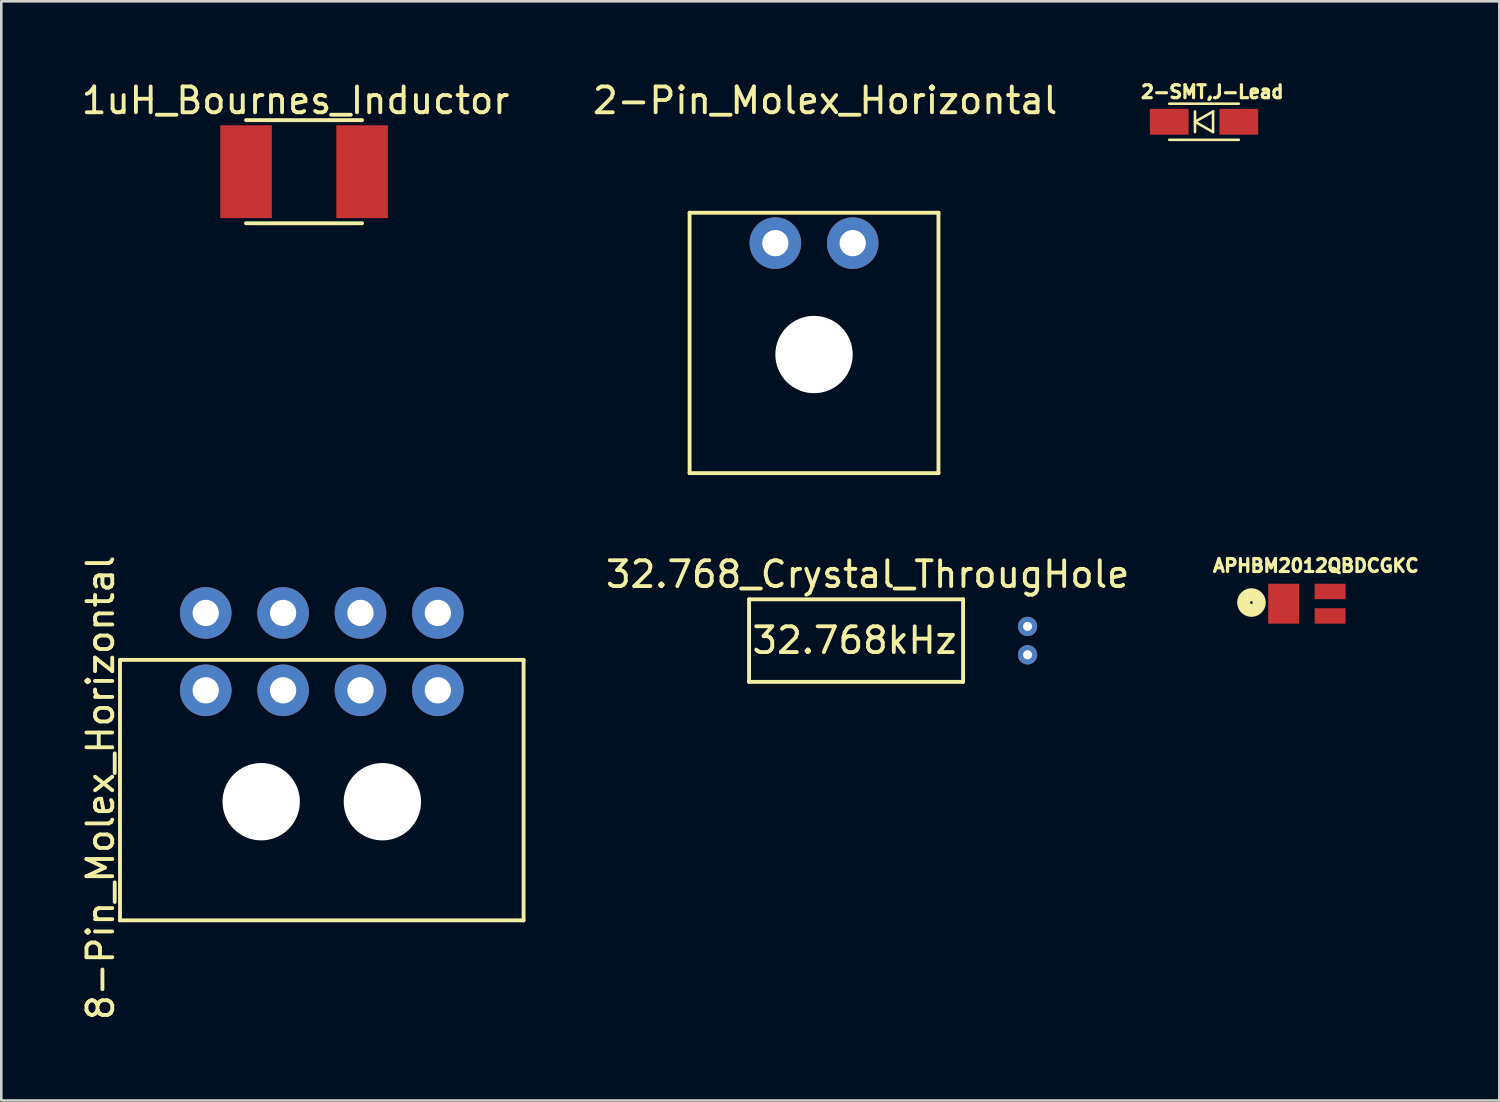
<source format=kicad_pcb>
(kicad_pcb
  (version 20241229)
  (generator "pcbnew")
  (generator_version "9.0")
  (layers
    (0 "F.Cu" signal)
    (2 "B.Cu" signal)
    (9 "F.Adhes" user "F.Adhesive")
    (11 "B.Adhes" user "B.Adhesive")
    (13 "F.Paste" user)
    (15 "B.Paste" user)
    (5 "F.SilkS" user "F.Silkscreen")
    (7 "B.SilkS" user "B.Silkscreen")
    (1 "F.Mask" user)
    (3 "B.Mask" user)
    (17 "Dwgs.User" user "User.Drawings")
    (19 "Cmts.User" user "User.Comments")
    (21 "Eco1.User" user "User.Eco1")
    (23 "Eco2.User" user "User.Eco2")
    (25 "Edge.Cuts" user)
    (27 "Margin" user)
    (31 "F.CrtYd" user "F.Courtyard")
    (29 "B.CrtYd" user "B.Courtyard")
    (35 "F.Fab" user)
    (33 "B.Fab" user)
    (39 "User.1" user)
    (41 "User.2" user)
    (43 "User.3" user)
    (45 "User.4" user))
  (footprint "8-Pin_Molex_Horizontal"
    (layer "F.Cu")
    (at 9.428 28.038)
    (property "Reference" "8-Pin_Molex_Horizontal" (at -8.58 -0.54 90) (layer "F.SilkS") (effects (font (size 1 1) (thickness 0.15))))
    (attr through_hole)
    (fp_line (start -7.825 -5.5) (end -7.825 4.6) (stroke (width 0.15) (type solid)) (layer "F.SilkS"))
    (fp_line (start 7.825 -5.5) (end -7.825 -5.5) (stroke (width 0.15) (type solid)) (layer "F.SilkS"))
    (fp_line (start 7.825 4.6) (end -7.825 4.6) (stroke (width 0.15) (type solid)) (layer "F.SilkS"))
    (fp_line (start 7.825 4.6) (end 7.825 -5.5) (stroke (width 0.15) (type solid)) (layer "F.SilkS"))
    (pad "" np_thru_hole circle (at -2.35 0) (size 3 3) (drill 3) (layers "*.Cu" "*.Mask"))
    (pad "" np_thru_hole circle (at 2.35 0) (size 3 3) (drill 3) (layers "*.Cu" "*.Mask"))
    (pad "1" thru_hole circle (at 4.5 -4.32) (size 2 2) (drill 1.02) (layers "*.Cu" "*.Mask"))
    (pad "2" thru_hole circle (at 1.5 -4.32) (size 2 2) (drill 1.02) (layers "*.Cu" "*.Mask"))
    (pad "3" thru_hole circle (at -1.5 -4.32) (size 2 2) (drill 1.02) (layers "*.Cu" "*.Mask"))
    (pad "4" thru_hole circle (at -4.5 -4.32) (size 2 2) (drill 1.02) (layers "*.Cu" "*.Mask"))
    (pad "5" thru_hole circle (at 4.5 -7.32) (size 2 2) (drill 1.02) (layers "*.Cu" "*.Mask"))
    (pad "6" thru_hole circle (at 1.5 -7.32) (size 2 2) (drill 1.02) (layers "*.Cu" "*.Mask"))
    (pad "7" thru_hole circle (at -1.5 -7.32) (size 2 2) (drill 1.02) (layers "*.Cu" "*.Mask"))
    (pad "8" thru_hole circle (at -4.5 -7.32) (size 2 2) (drill 1.02) (layers "*.Cu" "*.Mask")))
  (footprint "APHBM2012QBDCGKC"
    (layer "F.Cu")
    (at 48.528 20.835)
    (property "Reference" "APHBM2012QBDCGKC" (at -0.55 -1.95 0) (layer "F.SilkS") (effects (font (size 0.5 0.5) (thickness 0.125))))
    (attr through_hole)
    (fp_circle (center -3.05 -0.52) (end -3.08 -0.475) (stroke (width 0.5) (type solid)) (fill no) (layer "F.SilkS"))
    (pad "1" smd rect (at 0 -0.95) (size 1.2 0.6) (layers "F.Cu" "F.Mask" "F.Paste"))
    (pad "2" smd rect (at -1.8 -0.475) (size 1.2 1.55) (layers "F.Cu" "F.Mask" "F.Paste"))
    (pad "4" smd rect (at 0 0) (size 1.2 0.6) (layers "F.Cu" "F.Mask" "F.Paste")))
  (footprint "2-Pin_Molex_Horizontal"
    (layer "F.Cu")
    (at 28.516 10.698)
    (property "Reference" "2-Pin_Molex_Horizontal" (at 0.43 -9.85 0) (layer "F.SilkS") (effects (font (size 1 1) (thickness 0.15))))
    (attr through_hole)
    (fp_line (start -4.825 -5.5) (end -4.825 4.6) (stroke (width 0.15) (type solid)) (layer "F.SilkS"))
    (fp_line (start -4.825 4.6) (end 4.825 4.6) (stroke (width 0.15) (type solid)) (layer "F.SilkS"))
    (fp_line (start 4.825 -5.5) (end -4.825 -5.5) (stroke (width 0.15) (type solid)) (layer "F.SilkS"))
    (fp_line (start 4.825 4.6) (end 4.825 -5.5) (stroke (width 0.15) (type solid)) (layer "F.SilkS"))
    (pad "" np_thru_hole circle (at 0 0) (size 3 3) (drill 3) (layers "*.Cu" "*.Mask"))
    (pad "1" thru_hole circle (at 1.5 -4.32) (size 2 2) (drill 1.02) (layers "*.Cu" "*.Mask"))
    (pad "2" thru_hole circle (at -1.5 -4.32) (size 2 2) (drill 1.02) (layers "*.Cu" "*.Mask")))
  (footprint "2-SMT,J-Lead"
    (layer "F.Cu")
    (at 42.289 1.672)
    (property "Reference" "2-SMT,J-Lead" (at 1.67 -1.16 0) (layer "F.SilkS") (effects (font (size 0.5 0.5) (thickness 0.125))))
    (attr through_hole)
    (fp_line (start 0 -0.7) (end 2.7 -0.7) (stroke (width 0.1) (type solid)) (layer "F.SilkS"))
    (fp_line (start 0 0.7) (end 2.7 0.7) (stroke (width 0.1) (type solid)) (layer "F.SilkS"))
    (fp_line (start 1 -0.4) (end 1 0.4) (stroke (width 0.1) (type solid)) (layer "F.SilkS"))
    (fp_line (start 1 0) (end 1.7 -0.4) (stroke (width 0.1) (type solid)) (layer "F.SilkS"))
    (fp_line (start 1.7 -0.4) (end 1.7 0.4) (stroke (width 0.1) (type solid)) (layer "F.SilkS"))
    (fp_line (start 1.7 0.4) (end 1 0) (stroke (width 0.1) (type solid)) (layer "F.SilkS"))
    (pad "1" smd rect (at 0 0) (size 1.5 1) (layers "F.Cu" "F.Mask" "F.Paste"))
    (pad "2" smd rect (at 2.7 0) (size 1.5 1) (layers "F.Cu" "F.Mask" "F.Paste")))
  (footprint "1uH_Bournes_Inductor"
    (layer "F.Cu")
    (at 6.491 3.608)
    (property "Reference" "1uH_Bournes_Inductor" (at 1.92 -2.76 0) (layer "F.SilkS") (effects (font (size 1 1) (thickness 0.15))))
    (attr through_hole)
    (fp_line (start 0 -2) (end 4.5 -2) (stroke (width 0.15) (type solid)) (layer "F.SilkS"))
    (fp_line (start 0 2) (end 4.5 2) (stroke (width 0.15) (type solid)) (layer "F.SilkS"))
    (pad "1" smd rect (at 0 0) (size 2 3.6) (layers "F.Cu" "F.Mask" "F.Paste"))
    (pad "2" smd rect (at 4.5 0) (size 2 3.6) (layers "F.Cu" "F.Mask" "F.Paste")))
  (footprint "32.768_Crystal_ThrougHole"
    (layer "F.Cu")
    (at 36.796 21.791)
    (property "Reference" "32.768_Crystal_ThrougHole" (at -6.2 -2.57 0) (layer "F.SilkS") (effects (font (size 1 1) (thickness 0.15))))
    (attr through_hole)
    (fp_line (start -10.8 -1.6) (end -10.8 1.6) (stroke (width 0.15) (type solid)) (layer "F.SilkS"))
    (fp_line (start -2.5 -1.6) (end -10.8 -1.6) (stroke (width 0.15) (type solid)) (layer "F.SilkS"))
    (fp_line (start -2.5 -1.6) (end -2.5 1.6) (stroke (width 0.15) (type solid)) (layer "F.SilkS"))
    (fp_line (start -2.5 1.6) (end -10.8 1.6) (stroke (width 0.15) (type solid)) (layer "F.SilkS"))
    (fp_text user "32.768kHz" (at -6.71 -0.01 0) (layer "F.SilkS") (effects (font (size 1 1) (thickness 0.15))))
    (pad "1" thru_hole circle (at 0 -0.55) (size 0.75 0.75) (drill 0.35) (layers "*.Cu" "*.Mask"))
    (pad "2" thru_hole circle (at 0 0.55) (size 0.75 0.75) (drill 0.35) (layers "*.Cu" "*.Mask")))
  (gr_rect
    (start -3 -3)
    (end 55.091 39.623)
    (stroke (width 0.1) (type default))
    (fill no)
    (layer "Edge.Cuts")))
</source>
